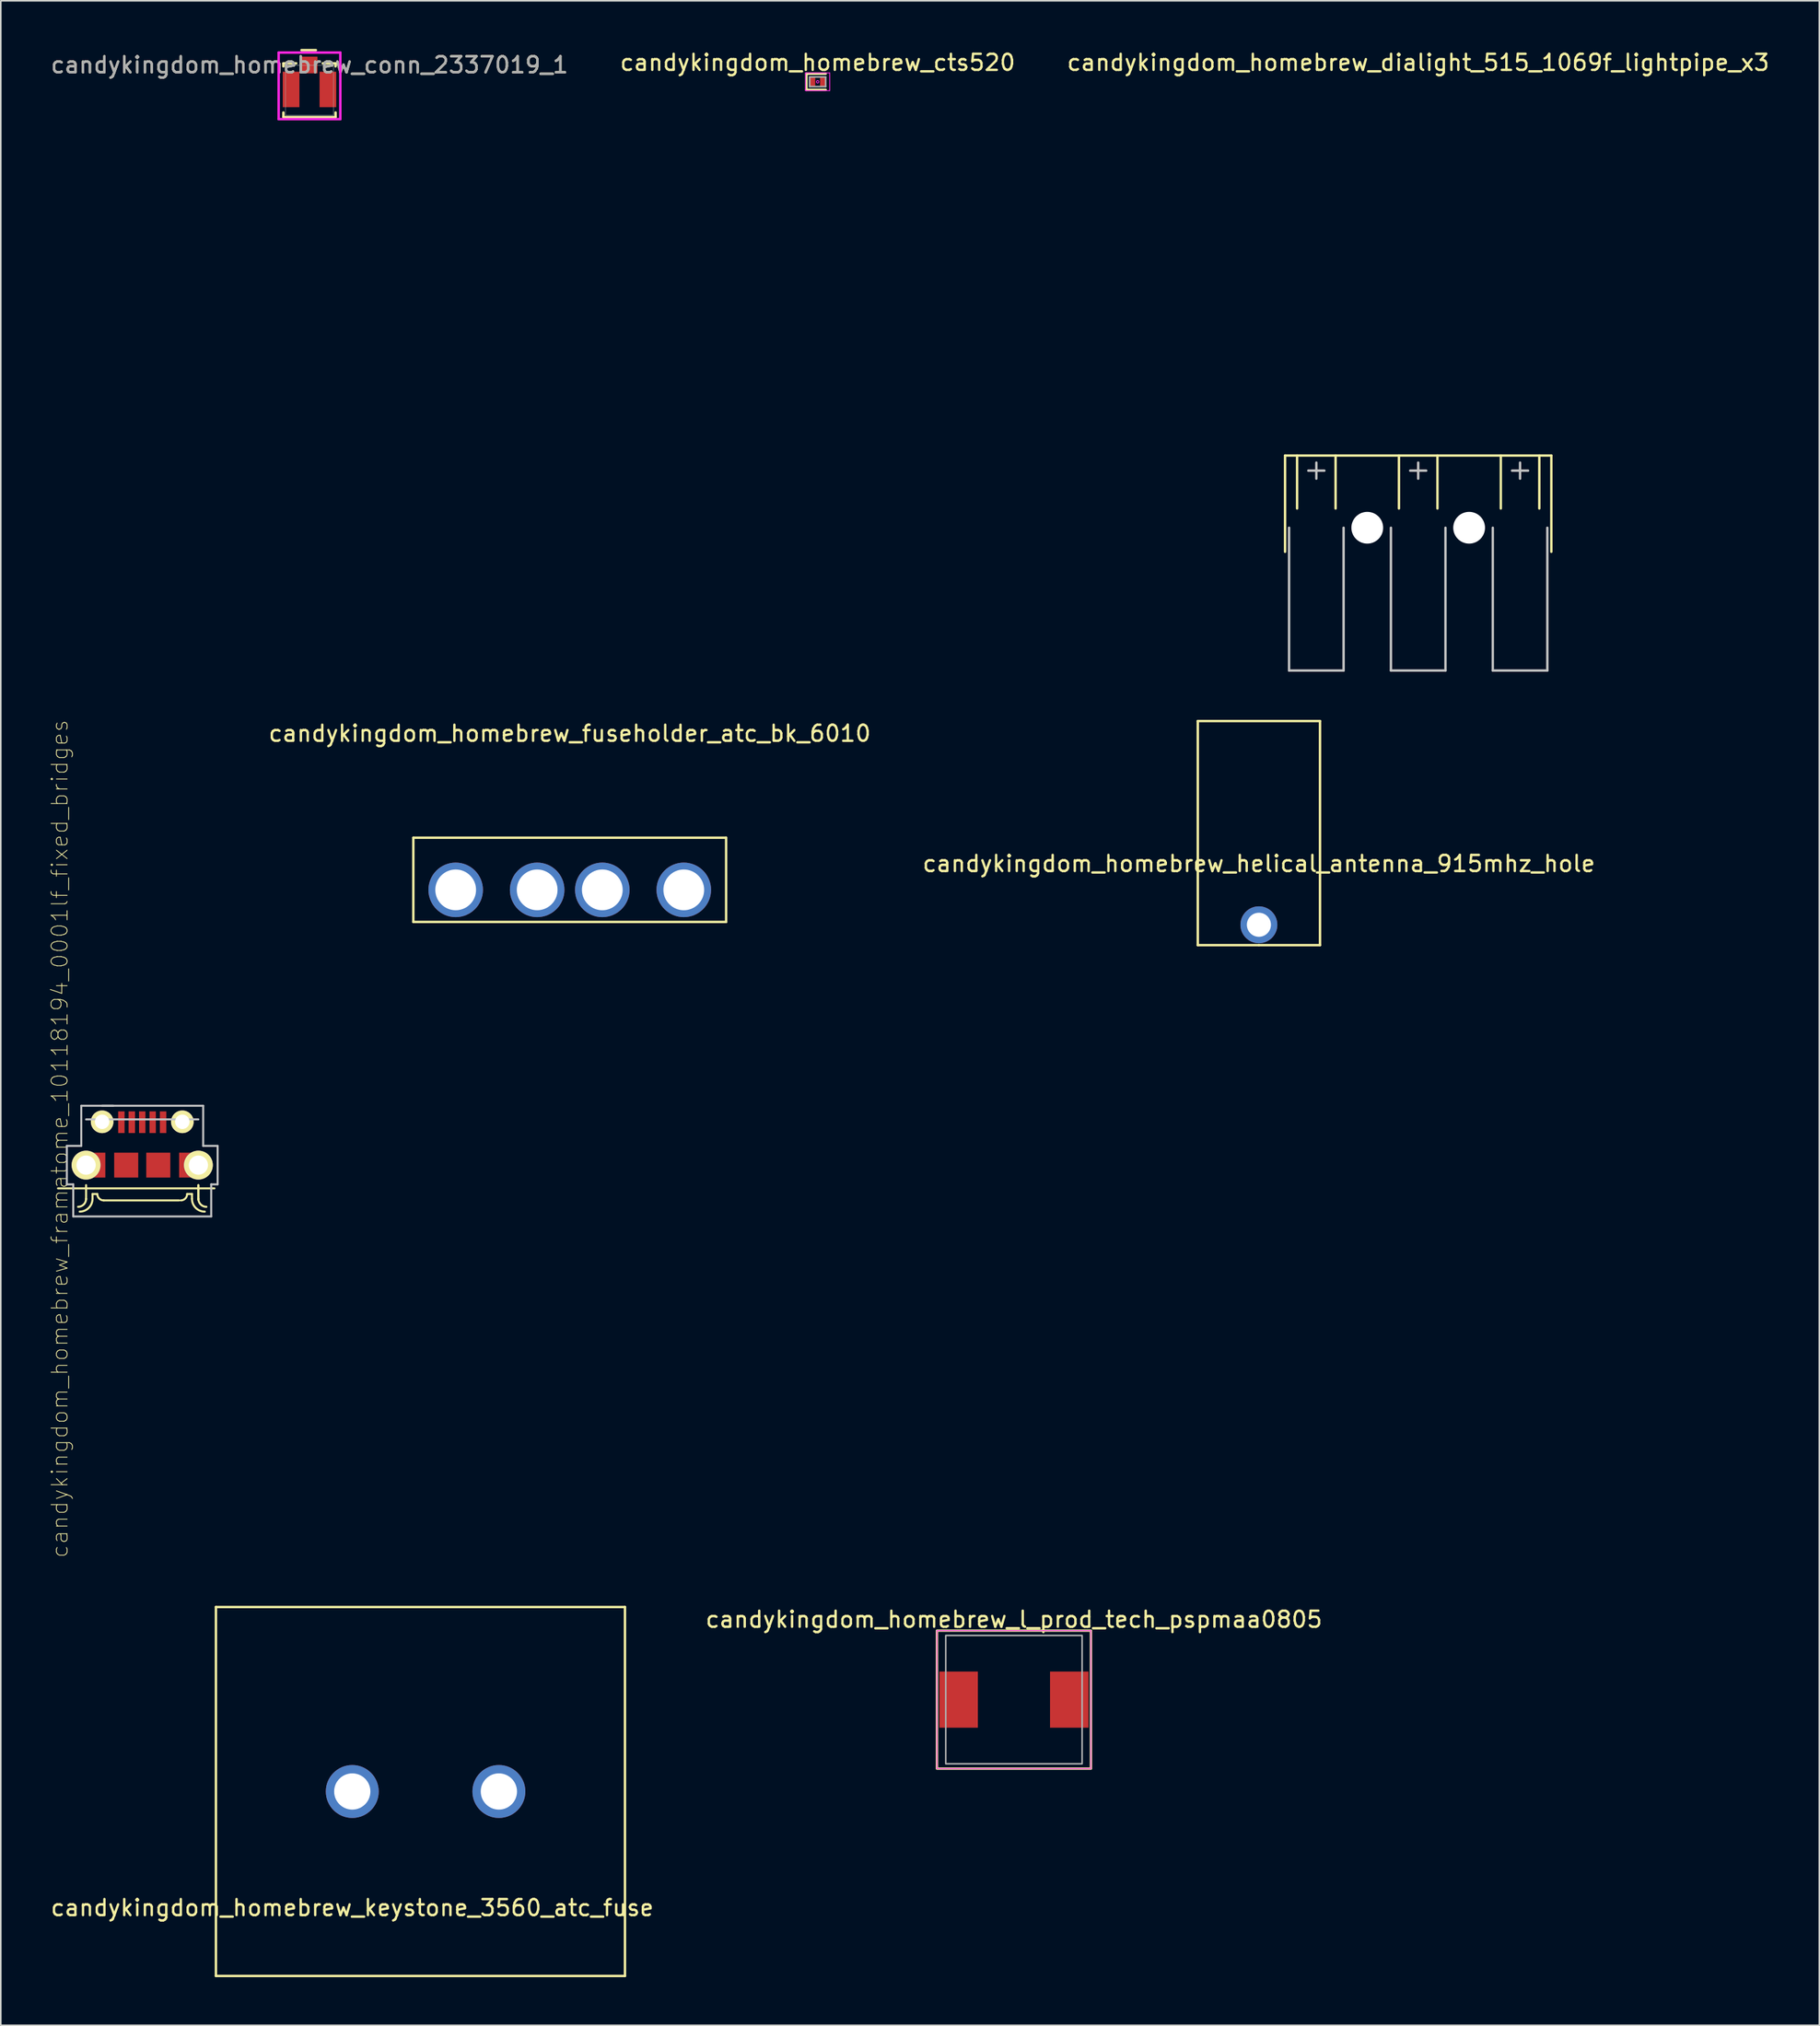
<source format=kicad_pcb>
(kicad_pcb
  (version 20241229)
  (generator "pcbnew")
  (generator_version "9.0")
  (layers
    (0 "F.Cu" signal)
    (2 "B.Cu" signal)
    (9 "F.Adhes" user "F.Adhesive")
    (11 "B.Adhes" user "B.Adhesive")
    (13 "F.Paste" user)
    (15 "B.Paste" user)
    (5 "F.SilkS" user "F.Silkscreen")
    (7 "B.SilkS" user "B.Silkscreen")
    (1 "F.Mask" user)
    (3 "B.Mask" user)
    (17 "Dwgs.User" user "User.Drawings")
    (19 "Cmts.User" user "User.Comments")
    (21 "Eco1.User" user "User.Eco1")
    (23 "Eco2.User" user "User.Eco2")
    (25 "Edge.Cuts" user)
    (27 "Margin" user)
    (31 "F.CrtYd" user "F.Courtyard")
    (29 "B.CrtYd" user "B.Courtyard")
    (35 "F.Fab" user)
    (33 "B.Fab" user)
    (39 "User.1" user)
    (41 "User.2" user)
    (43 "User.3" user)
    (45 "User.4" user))
  (footprint "candykingdom_homebrew_framatome_10118194_0001lf_fixed_bridges"
    (layer "F.Cu")
    (at 5.817 69.58)
    (property "Reference" "candykingdom_homebrew_framatome_10118194_0001lf_fixed_bridges" (at -5.144 -1.643 90) (layer "F.SilkS") (effects (font (size 1.002 1.002) (thickness 0.05))))
    (attr smd)
    (fp_line (start -5.25 1.45) (end 4.5 1.45) (stroke (width 0.127) (type solid)) (layer "F.SilkS"))
    (fp_line (start -3.5 1.25) (end -3.5 2.1) (stroke (width 0.127) (type solid)) (layer "F.SilkS"))
    (fp_line (start -3.5 2.1) (end -3.5 2.15) (stroke (width 0.127) (type solid)) (layer "F.SilkS"))
    (fp_line (start -3.1 1.8) (end -2.8 1.8) (stroke (width 0.127) (type solid)) (layer "F.SilkS"))
    (fp_line (start -3.1 2.1) (end -3.1 1.8) (stroke (width 0.127) (type solid)) (layer "F.SilkS"))
    (fp_line (start -2.4 2.2) (end 2.3 2.2) (stroke (width 0.127) (type solid)) (layer "F.SilkS"))
    (fp_line (start 3.1 1.8) (end 2.8 1.8) (stroke (width 0.127) (type solid)) (layer "F.SilkS"))
    (fp_line (start 3.1 2.1) (end 3.1 1.8) (stroke (width 0.127) (type solid)) (layer "F.SilkS"))
    (fp_line (start 3.5 1.25) (end 3.5 2.1) (stroke (width 0.127) (type solid)) (layer "F.SilkS"))
    (fp_line (start 3.5 1.25) (end 3.5 2.15) (stroke (width 0.127) (type solid)) (layer "F.SilkS"))
    (fp_line (start 3.5 2.1) (end 3.5 2.15) (stroke (width 0.127) (type solid)) (layer "F.SilkS"))
    (fp_arc (start -3.5 2.1) (mid -3.646447 2.453553) (end -4 2.6) (stroke (width 0.127) (type solid)) (layer "F.SilkS"))
    (fp_arc (start -3.1 2.1) (mid -3.334315 2.665685) (end -3.9 2.9) (stroke (width 0.127) (type solid)) (layer "F.SilkS"))
    (fp_arc (start -2.4 2.2) (mid -2.682843 2.082843) (end -2.8 1.8) (stroke (width 0.127) (type solid)) (layer "F.SilkS"))
    (fp_arc (start 2.8 1.8) (mid 2.682843 2.082843) (end 2.4 2.2) (stroke (width 0.127) (type solid)) (layer "F.SilkS"))
    (fp_arc (start 3.9 2.9) (mid 3.334315 2.665685) (end 3.1 2.1) (stroke (width 0.127) (type solid)) (layer "F.SilkS"))
    (fp_arc (start 4 2.6) (mid 3.646447 2.453553) (end 3.5 2.1) (stroke (width 0.127) (type solid)) (layer "F.SilkS"))
    (fp_line (start -4.7 -1.2) (end -3.8 -1.2) (stroke (width 0.127) (type solid)) (layer "Dwgs.User"))
    (fp_line (start -4.7 1.2) (end -4.7 -1.2) (stroke (width 0.127) (type solid)) (layer "Dwgs.User"))
    (fp_line (start -4.3 1.2) (end -4.7 1.2) (stroke (width 0.127) (type solid)) (layer "Dwgs.User"))
    (fp_line (start -4.3 3.2) (end -4.3 1.2) (stroke (width 0.127) (type solid)) (layer "Dwgs.User"))
    (fp_line (start -3.8 -3.7) (end -1.8 -3.7) (stroke (width 0.127) (type solid)) (layer "Dwgs.User"))
    (fp_line (start -3.8 -1.2) (end -3.8 -3.7) (stroke (width 0.127) (type solid)) (layer "Dwgs.User"))
    (fp_line (start -3.5 -2.85) (end 3.5 -2.85) (stroke (width 0.127) (type solid)) (layer "Dwgs.User"))
    (fp_line (start -2.5 -3.7) (end 3.8 -3.7) (stroke (width 0.127) (type solid)) (layer "Dwgs.User"))
    (fp_line (start 3.8 -3.7) (end 3.8 -1.2) (stroke (width 0.127) (type solid)) (layer "Dwgs.User"))
    (fp_line (start 3.8 -1.2) (end 4.7 -1.2) (stroke (width 0.127) (type solid)) (layer "Dwgs.User"))
    (fp_line (start 4.3 1.2) (end 4.3 3.2) (stroke (width 0.127) (type solid)) (layer "Dwgs.User"))
    (fp_line (start 4.3 3.2) (end -4.3 3.2) (stroke (width 0.127) (type solid)) (layer "Dwgs.User"))
    (fp_line (start 4.7 -1.2) (end 4.7 1.2) (stroke (width 0.127) (type solid)) (layer "Dwgs.User"))
    (fp_line (start 4.7 1.2) (end 4.3 1.2) (stroke (width 0.127) (type solid)) (layer "Dwgs.User"))
    (pad "1" smd rect (at -1.3 -2.675 180) (size 0.4 1.35) (layers "F.Cu" "F.Mask" "F.Paste"))
    (pad "2" smd rect (at -0.65 -2.675 180) (size 0.4 1.35) (layers "F.Cu" "F.Mask" "F.Paste"))
    (pad "3" smd rect (at 0 -2.675 180) (size 0.4 1.35) (layers "F.Cu" "F.Mask" "F.Paste"))
    (pad "4" smd rect (at 0.65 -2.675 180) (size 0.4 1.35) (layers "F.Cu" "F.Mask" "F.Paste"))
    (pad "5" smd rect (at 1.3 -2.675 180) (size 0.4 1.35) (layers "F.Cu" "F.Mask" "F.Paste"))
    (pad "P$6" thru_hole circle (at -2.5 -2.7) (size 1.408 1.408) (drill 0.9) (layers "*.Cu" "*.Mask" "F.SilkS"))
    (pad "P$7" thru_hole circle (at 2.5 -2.7) (size 1.408 1.408) (drill 0.9) (layers "*.Cu" "*.Mask" "F.SilkS"))
    (pad "P$10" smd rect (at -1 0) (size 1.5 1.55) (layers "F.Cu" "F.Mask" "F.Paste"))
    (pad "P$11" smd rect (at 1 0) (size 1.5 1.55) (layers "F.Cu" "F.Mask" "F.Paste"))
    (pad "P$12" thru_hole circle (at -3.5 0) (size 1.8 1.8) (drill 1.2) (layers "*.Cu" "*.Mask" "F.SilkS"))
    (pad "P$12" smd rect (at -3.05 0) (size 1.5 1.55) (layers "F.Cu" "F.Mask" "F.Paste"))
    (pad "P$13" smd rect (at 3.05 0) (size 1.5 1.55) (layers "F.Cu" "F.Mask" "F.Paste"))
    (pad "P$13" thru_hole circle (at 3.5 0) (size 1.8 1.8) (drill 1.2) (layers "*.Cu" "*.Mask" "F.SilkS")))
  (footprint "candykingdom_homebrew_l_prod_tech_pspmaa0805"
    (layer "F.Cu")
    (at 60.161 102.9)
    (property "Reference" "candykingdom_homebrew_l_prod_tech_pspmaa0805" (at 0 -5 0) (unlocked yes) (layer "F.SilkS") (effects (font (size 1 1) (thickness 0.15))))
    (attr smd)
    (fp_rect (start -4.8 -4.3) (end 4.8 4.3) (stroke (width 0.15) (type default)) (fill no) (layer "F.SilkS"))
    (fp_rect (start -4.8 -4.3) (end 4.8 4.3) (stroke (width 0.05) (type default)) (fill no) (layer "F.CrtYd"))
    (fp_rect (start -4.25 -4) (end 4.25 4) (stroke (width 0.1) (type default)) (fill no) (layer "F.Fab"))
    (pad "1" smd rect (at -3.45 0) (size 2.4 3.5) (layers "F.Cu" "F.Mask" "F.Paste"))
    (pad "2" smd rect (at 3.45 0) (size 2.4 3.5) (layers "F.Cu" "F.Mask" "F.Paste")))
  (footprint "candykingdom_homebrew_keystone_3560_atc_fuse"
    (layer "F.Cu")
    (at 18.911 108.627)
    (property "Reference" "candykingdom_homebrew_keystone_3560_atc_fuse" (at 0 7.25 0) (layer "F.SilkS") (effects (font (size 1 1) (thickness 0.15))))
    (attr through_hole)
    (fp_line (start -8.5 -11.5) (end -8.5 11.5) (stroke (width 0.15) (type solid)) (layer "F.SilkS"))
    (fp_line (start -8.5 11.5) (end 17 11.5) (stroke (width 0.15) (type solid)) (layer "F.SilkS"))
    (fp_line (start 17 -11.5) (end -8.5 -11.5) (stroke (width 0.15) (type solid)) (layer "F.SilkS"))
    (fp_line (start 17 11.5) (end 17 -11.5) (stroke (width 0.15) (type solid)) (layer "F.SilkS"))
    (pad "1" thru_hole circle (at 0 0) (size 3.3 3.3) (drill 2.26) (layers "*.Cu" "*.Mask"))
    (pad "2" thru_hole circle (at 9.14 0) (size 3.3 3.3) (drill 2.26) (layers "*.Cu" "*.Mask")))
  (footprint "candykingdom_homebrew_fuseholder_atc_bk_6010"
    (layer "F.Cu")
    (at 32.468 52.422)
    (property "Reference" "candykingdom_homebrew_fuseholder_atc_bk_6010" (at 0 -9.75 0) (layer "F.SilkS") (effects (font (size 1 1) (thickness 0.15))))
    (attr through_hole)
    (fp_line (start -9.75 -3.25) (end 9.75 -3.25) (stroke (width 0.15) (type solid)) (layer "F.SilkS"))
    (fp_line (start -9.75 2) (end -9.75 -3.25) (stroke (width 0.15) (type solid)) (layer "F.SilkS"))
    (fp_line (start -9.75 2) (end 9.75 2) (stroke (width 0.15) (type solid)) (layer "F.SilkS"))
    (fp_line (start 9.75 -3.25) (end 9.75 2) (stroke (width 0.15) (type solid)) (layer "F.SilkS"))
    (pad "1" thru_hole circle (at -7.11 0) (size 3.4 3.4) (drill 2.54) (layers "*.Cu" "*.Mask"))
    (pad "1" thru_hole circle (at -2.03 0) (size 3.4 3.4) (drill 2.54) (layers "*.Cu" "*.Mask"))
    (pad "2" thru_hole circle (at 2.03 0) (size 3.4 3.4) (drill 2.54) (layers "*.Cu" "*.Mask"))
    (pad "2" thru_hole circle (at 7.11 0) (size 3.4 3.4) (drill 2.54) (layers "*.Cu" "*.Mask")))
  (footprint "candykingdom_homebrew_helical_antenna_915mhz_hole"
    (layer "F.Cu")
    (at 75.432 54.598)
    (property "Reference" "candykingdom_homebrew_helical_antenna_915mhz_hole" (at 0 -3.81 0) (layer "F.SilkS") (effects (font (size 1 1) (thickness 0.15))))
    (attr through_hole)
    (fp_line (start -3.81 -12.7) (end -3.81 1.27) (stroke (width 0.15) (type solid)) (layer "F.SilkS"))
    (fp_line (start -3.81 1.27) (end 0 1.27) (stroke (width 0.15) (type solid)) (layer "F.SilkS"))
    (fp_line (start 0 1.27) (end 3.81 1.27) (stroke (width 0.15) (type solid)) (layer "F.SilkS"))
    (fp_line (start 3.81 -12.7) (end -3.81 -12.7) (stroke (width 0.15) (type solid)) (layer "F.SilkS"))
    (fp_line (start 3.81 1.27) (end 3.81 -12.7) (stroke (width 0.15) (type solid)) (layer "F.SilkS"))
    (pad "1" thru_hole circle (at 0 0) (size 2.3 2.3) (drill 1.5) (layers "*.Cu" "*.Mask")))
  (footprint "candykingdom_homebrew_conn_2337019_1"
    (layer "F.Cu")
    (at 16.244 2.575)
    (property "Reference" "candykingdom_homebrew_conn_2337019_1" (at 0 -1.574 0) (unlocked yes) (layer "F.SilkS") (effects (font (size 1 1) (thickness 0.15))))
    (attr smd)
    (fp_line (start -1.626 -1.676) (end -1.626 -1.487) (stroke (width 0.152) (type solid)) (layer "F.SilkS"))
    (fp_line (start -1.626 1.388) (end -1.626 1.676) (stroke (width 0.152) (type solid)) (layer "F.SilkS"))
    (fp_line (start -1.626 1.676) (end 1.626 1.676) (stroke (width 0.152) (type solid)) (layer "F.SilkS"))
    (fp_line (start -0.828 -1.676) (end -1.626 -1.676) (stroke (width 0.152) (type solid)) (layer "F.SilkS"))
    (fp_line (start -0.5 -2.5) (end 0.4 -2.5) (stroke (width 0.15) (type default)) (layer "F.SilkS"))
    (fp_line (start 1.626 -1.676) (end 0.828 -1.676) (stroke (width 0.152) (type solid)) (layer "F.SilkS"))
    (fp_line (start 1.626 -1.487) (end 1.626 -1.676) (stroke (width 0.152) (type solid)) (layer "F.SilkS"))
    (fp_line (start 1.626 1.676) (end 1.626 1.388) (stroke (width 0.152) (type solid)) (layer "F.SilkS"))
    (fp_line (start -1.922 -2.349) (end -1.922 1.803) (stroke (width 0.152) (type solid)) (layer "F.CrtYd"))
    (fp_line (start -1.922 1.803) (end 1.922 1.803) (stroke (width 0.152) (type solid)) (layer "F.CrtYd"))
    (fp_line (start 1.922 -2.349) (end -1.922 -2.349) (stroke (width 0.152) (type solid)) (layer "F.CrtYd"))
    (fp_line (start 1.922 1.803) (end 1.922 -2.349) (stroke (width 0.152) (type solid)) (layer "F.CrtYd"))
    (fp_line (start -1.499 -1.549) (end -1.499 1.549) (stroke (width 0.025) (type solid)) (layer "F.Fab"))
    (fp_line (start -1.499 1.549) (end 1.499 1.549) (stroke (width 0.025) (type solid)) (layer "F.Fab"))
    (fp_line (start 1.499 -1.549) (end -1.499 -1.549) (stroke (width 0.025) (type solid)) (layer "F.Fab"))
    (fp_line (start 1.499 1.549) (end 1.499 -1.549) (stroke (width 0.025) (type solid)) (layer "F.Fab"))
    (fp_text user "${REFERENCE}" (at 0 -1.574 0) (unlocked yes) (layer "F.Fab") (effects (font (size 1 1) (thickness 0.15))))
    (pad "1" smd rect (at 0 -1.574) (size 0.991 1.041) (layers "F.Cu" "F.Mask" "F.Paste"))
    (pad "2" smd rect (at -1.148 -0.049) (size 1.041 2.21) (layers "F.Cu" "F.Mask" "F.Paste"))
    (pad "3" smd rect (at 1.148 -0.049) (size 1.041 2.21) (layers "F.Cu" "F.Mask" "F.Paste")))
  (footprint "candykingdom_homebrew_dialight_515_1069f_lightpipe_x3"
    (layer "F.Cu")
    (at 85.363 29.848)
    (property "Reference" "candykingdom_homebrew_dialight_515_1069f_lightpipe_x3" (at 0 -29 0) (layer "F.SilkS") (effects (font (size 1 1) (thickness 0.15))))
    (attr through_hole)
    (fp_line (start -8.3 -4.5) (end -8.3 1.5) (stroke (width 0.15) (type solid)) (layer "F.SilkS"))
    (fp_line (start -8.3 -4.5) (end 8.3 -4.5) (stroke (width 0.15) (type solid)) (layer "F.SilkS"))
    (fp_line (start -7.55 -4.5) (end -7.55 -1.2) (stroke (width 0.15) (type solid)) (layer "F.SilkS"))
    (fp_line (start -5.15 -4.5) (end -5.15 -1.2) (stroke (width 0.15) (type solid)) (layer "F.SilkS"))
    (fp_line (start -1.2 -4.5) (end -1.2 -1.2) (stroke (width 0.15) (type solid)) (layer "F.SilkS"))
    (fp_line (start 1.2 -4.5) (end 1.2 -1.2) (stroke (width 0.15) (type solid)) (layer "F.SilkS"))
    (fp_line (start 5.15 -4.5) (end 5.15 -1.2) (stroke (width 0.15) (type solid)) (layer "F.SilkS"))
    (fp_line (start 7.55 -4.5) (end 7.55 -1.2) (stroke (width 0.15) (type solid)) (layer "F.SilkS"))
    (fp_line (start 8.3 -4.5) (end 8.3 1.5) (stroke (width 0.15) (type solid)) (layer "F.SilkS"))
    (fp_line (start -8.05 0) (end -8.05 8.9) (stroke (width 0.15) (type solid)) (layer "Dwgs.User"))
    (fp_line (start -8.05 8.9) (end -4.65 8.9) (stroke (width 0.15) (type solid)) (layer "Dwgs.User"))
    (fp_line (start -6.85 -3.56) (end -5.85 -3.56) (stroke (width 0.15) (type solid)) (layer "Dwgs.User"))
    (fp_line (start -6.35 -3.06) (end -6.35 -4.06) (stroke (width 0.15) (type solid)) (layer "Dwgs.User"))
    (fp_line (start -4.65 0) (end -4.65 8.9) (stroke (width 0.15) (type solid)) (layer "Dwgs.User"))
    (fp_line (start -1.7 0) (end -1.7 8.9) (stroke (width 0.15) (type solid)) (layer "Dwgs.User"))
    (fp_line (start -1.7 8.9) (end 1.7 8.9) (stroke (width 0.15) (type solid)) (layer "Dwgs.User"))
    (fp_line (start -0.5 -3.56) (end 0.5 -3.56) (stroke (width 0.15) (type solid)) (layer "Dwgs.User"))
    (fp_line (start 0 -3.06) (end 0 -4.06) (stroke (width 0.15) (type solid)) (layer "Dwgs.User"))
    (fp_line (start 1.7 0) (end 1.7 8.9) (stroke (width 0.15) (type solid)) (layer "Dwgs.User"))
    (fp_line (start 4.65 0) (end 4.65 8.9) (stroke (width 0.15) (type solid)) (layer "Dwgs.User"))
    (fp_line (start 5.85 -3.56) (end 6.85 -3.56) (stroke (width 0.15) (type solid)) (layer "Dwgs.User"))
    (fp_line (start 6.35 -3.06) (end 6.35 -4.06) (stroke (width 0.15) (type solid)) (layer "Dwgs.User"))
    (fp_line (start 8.05 0) (end 8.05 8.9) (stroke (width 0.15) (type solid)) (layer "Dwgs.User"))
    (fp_line (start 8.05 8.9) (end 4.65 8.9) (stroke (width 0.15) (type solid)) (layer "Dwgs.User"))
    (pad "" np_thru_hole circle (at -3.175 0) (size 1.98 1.98) (drill 1.98) (layers "*.Cu" "*.Mask"))
    (pad "" np_thru_hole circle (at 3.175 0) (size 1.98 1.98) (drill 1.98) (layers "*.Cu" "*.Mask")))
  (footprint "candykingdom_homebrew_cts520"
    (layer "F.Cu")
    (at 47.923 2.048)
    (property "Reference" "candykingdom_homebrew_cts520" (at 0 -1.2 0) (layer "F.SilkS") (effects (font (size 1 1) (thickness 0.15))))
    (attr through_hole)
    (fp_line (start -0.7 -0.5) (end -0.7 0.5) (stroke (width 0.15) (type solid)) (layer "F.SilkS"))
    (fp_line (start -0.7 0.5) (end 0.5 0.5) (stroke (width 0.15) (type solid)) (layer "F.SilkS"))
    (fp_line (start 0.5 -0.5) (end -0.7 -0.5) (stroke (width 0.15) (type solid)) (layer "F.SilkS"))
    (fp_line (start -0.754 -0.554) (end 0.754 -0.554) (stroke (width 0.05) (type solid)) (layer "F.CrtYd"))
    (fp_line (start -0.754 -0.529) (end -0.754 -0.554) (stroke (width 0.05) (type solid)) (layer "F.CrtYd"))
    (fp_line (start -0.754 -0.529) (end -0.754 -0.529) (stroke (width 0.05) (type solid)) (layer "F.CrtYd"))
    (fp_line (start -0.754 0.529) (end -0.754 -0.529) (stroke (width 0.05) (type solid)) (layer "F.CrtYd"))
    (fp_line (start -0.754 0.529) (end -0.754 0.529) (stroke (width 0.05) (type solid)) (layer "F.CrtYd"))
    (fp_line (start -0.754 0.554) (end -0.754 0.529) (stroke (width 0.05) (type solid)) (layer "F.CrtYd"))
    (fp_line (start 0.754 -0.554) (end 0.754 -0.529) (stroke (width 0.05) (type solid)) (layer "F.CrtYd"))
    (fp_line (start 0.754 -0.529) (end 0.754 -0.529) (stroke (width 0.05) (type solid)) (layer "F.CrtYd"))
    (fp_line (start 0.754 -0.529) (end 0.754 0.529) (stroke (width 0.05) (type solid)) (layer "F.CrtYd"))
    (fp_line (start 0.754 0.529) (end 0.754 0.529) (stroke (width 0.05) (type solid)) (layer "F.CrtYd"))
    (fp_line (start 0.754 0.529) (end 0.754 0.554) (stroke (width 0.05) (type solid)) (layer "F.CrtYd"))
    (fp_line (start 0.754 0.554) (end -0.754 0.554) (stroke (width 0.05) (type solid)) (layer "F.CrtYd"))
    (fp_circle (center 0 0) (end 0.076 0) (stroke (width 0.05) (type solid)) (fill no) (layer "F.CrtYd"))
    (fp_line (start -0.5 -0.3) (end -0.5 0.3) (stroke (width 0.1) (type solid)) (layer "F.Fab"))
    (fp_line (start -0.5 0.3) (end 0.5 0.3) (stroke (width 0.1) (type solid)) (layer "F.Fab"))
    (fp_line (start 0.5 -0.3) (end -0.5 -0.3) (stroke (width 0.1) (type solid)) (layer "F.Fab"))
    (fp_line (start 0.5 0.3) (end 0.5 -0.3) (stroke (width 0.1) (type solid)) (layer "F.Fab"))
    (fp_text user "Copyright 2021 Accelerated Designs. All rights reserved." (at 0 0 0) (layer "Cmts.User") (effects (font (size 0.127 0.127) (thickness 0.002))))
    (pad "1" smd rect (at -0.325 0) (size 0.35 0.6) (layers "F.Cu" "F.Mask" "F.Paste"))
    (pad "2" smd rect (at 0.325 0) (size 0.35 0.6) (layers "F.Cu" "F.Mask" "F.Paste")))
  (gr_rect
    (start -3 -3)
    (end 110.369 123.202)
    (stroke (width 0.1) (type default))
    (fill no)
    (layer "Edge.Cuts")))
</source>
